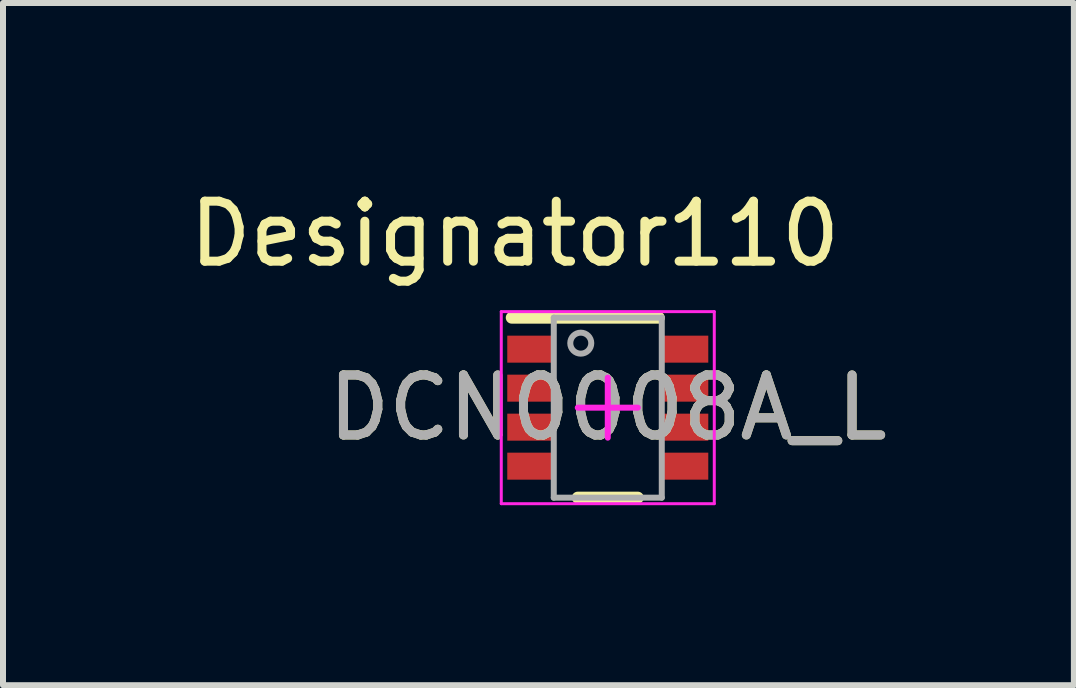
<source format=kicad_pcb>
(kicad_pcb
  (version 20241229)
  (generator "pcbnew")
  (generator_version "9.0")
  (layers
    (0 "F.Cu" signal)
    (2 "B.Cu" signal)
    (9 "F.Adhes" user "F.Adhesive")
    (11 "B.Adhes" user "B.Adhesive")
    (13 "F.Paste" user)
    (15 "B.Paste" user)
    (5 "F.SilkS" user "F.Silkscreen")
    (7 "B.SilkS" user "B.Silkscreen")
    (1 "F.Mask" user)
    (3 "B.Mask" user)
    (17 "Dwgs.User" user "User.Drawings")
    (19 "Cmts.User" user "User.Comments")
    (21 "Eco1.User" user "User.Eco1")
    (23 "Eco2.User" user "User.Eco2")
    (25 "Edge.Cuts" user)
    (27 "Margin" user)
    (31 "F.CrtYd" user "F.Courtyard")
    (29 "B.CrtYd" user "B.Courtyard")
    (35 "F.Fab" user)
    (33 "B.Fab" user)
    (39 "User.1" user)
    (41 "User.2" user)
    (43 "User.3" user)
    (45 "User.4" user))
  (footprint "DCN0008A_L"
    (layer "F.Cu")
    (at 7.079 3.744)
    (property "Reference" "DCN0008A_L" (at 0 0 0) (unlocked yes) (layer "F.SilkS") (effects (font (size 1 1) (thickness 0.15))))
    (attr smd)
    (fp_line (start -1.6 -1.5) (end 0.85 -1.5) (stroke (width 0.2) (type solid)) (layer "F.SilkS"))
    (fp_line (start -0.5 1.5) (end 0.5 1.5) (stroke (width 0.2) (type solid)) (layer "F.SilkS"))
    (fp_line (start -1.775 -1.6) (end 1.775 -1.6) (stroke (width 0.05) (type solid)) (layer "F.CrtYd"))
    (fp_line (start -1.775 1.6) (end -1.775 -1.6) (stroke (width 0.05) (type solid)) (layer "F.CrtYd"))
    (fp_line (start -1.775 1.6) (end 1.775 1.6) (stroke (width 0.05) (type solid)) (layer "F.CrtYd"))
    (fp_line (start -0.5 0) (end 0.5 0) (stroke (width 0.1) (type solid)) (layer "F.CrtYd"))
    (fp_line (start 0 0.5) (end 0 -0.5) (stroke (width 0.1) (type solid)) (layer "F.CrtYd"))
    (fp_line (start 1.775 1.6) (end 1.775 -1.6) (stroke (width 0.05) (type solid)) (layer "F.CrtYd"))
    (fp_line (start -0.9 -1.5) (end 0.9 -1.5) (stroke (width 0.1) (type solid)) (layer "F.Fab"))
    (fp_line (start -0.9 1.5) (end -0.9 -1.5) (stroke (width 0.1) (type solid)) (layer "F.Fab"))
    (fp_line (start -0.9 1.5) (end 0.9 1.5) (stroke (width 0.1) (type solid)) (layer "F.Fab"))
    (fp_line (start 0.9 1.5) (end 0.9 -1.5) (stroke (width 0.1) (type solid)) (layer "F.Fab"))
    (fp_circle (center -0.45 -1.075) (end -0.275 -1.075) (stroke (width 0.1) (type solid)) (fill no) (layer "F.Fab"))
    (fp_text user "Designator110" (at -1.549 -2.896 0) (unlocked yes) (layer "F.SilkS") (effects (font (size 1 1) (thickness 0.15))))
    (fp_text user "${REFERENCE}" (at 0 0 0) (unlocked yes) (layer "F.Fab") (effects (font (size 1 1) (thickness 0.15))))
    (pad "1" smd rect (at -1.275 -0.975 90) (size 0.45 0.8) (layers "F.Cu" "F.Mask" "F.Paste"))
    (pad "2" smd rect (at -1.275 -0.325 90) (size 0.45 0.8) (layers "F.Cu" "F.Mask" "F.Paste"))
    (pad "3" smd rect (at -1.275 0.325 90) (size 0.45 0.8) (layers "F.Cu" "F.Mask" "F.Paste"))
    (pad "4" smd rect (at -1.275 0.975 90) (size 0.45 0.8) (layers "F.Cu" "F.Mask" "F.Paste"))
    (pad "5" smd rect (at 1.275 0.975 90) (size 0.45 0.8) (layers "F.Cu" "F.Mask" "F.Paste"))
    (pad "6" smd rect (at 1.275 0.325 90) (size 0.45 0.8) (layers "F.Cu" "F.Mask" "F.Paste"))
    (pad "7" smd rect (at 1.275 -0.325 90) (size 0.45 0.8) (layers "F.Cu" "F.Mask" "F.Paste"))
    (pad "8" smd rect (at 1.275 -0.975 90) (size 0.45 0.8) (layers "F.Cu" "F.Mask" "F.Paste")))
  (gr_rect
    (start -3 -3)
    (end 14.847 8.369)
    (stroke (width 0.1) (type default))
    (fill no)
    (layer "Edge.Cuts")))
</source>
